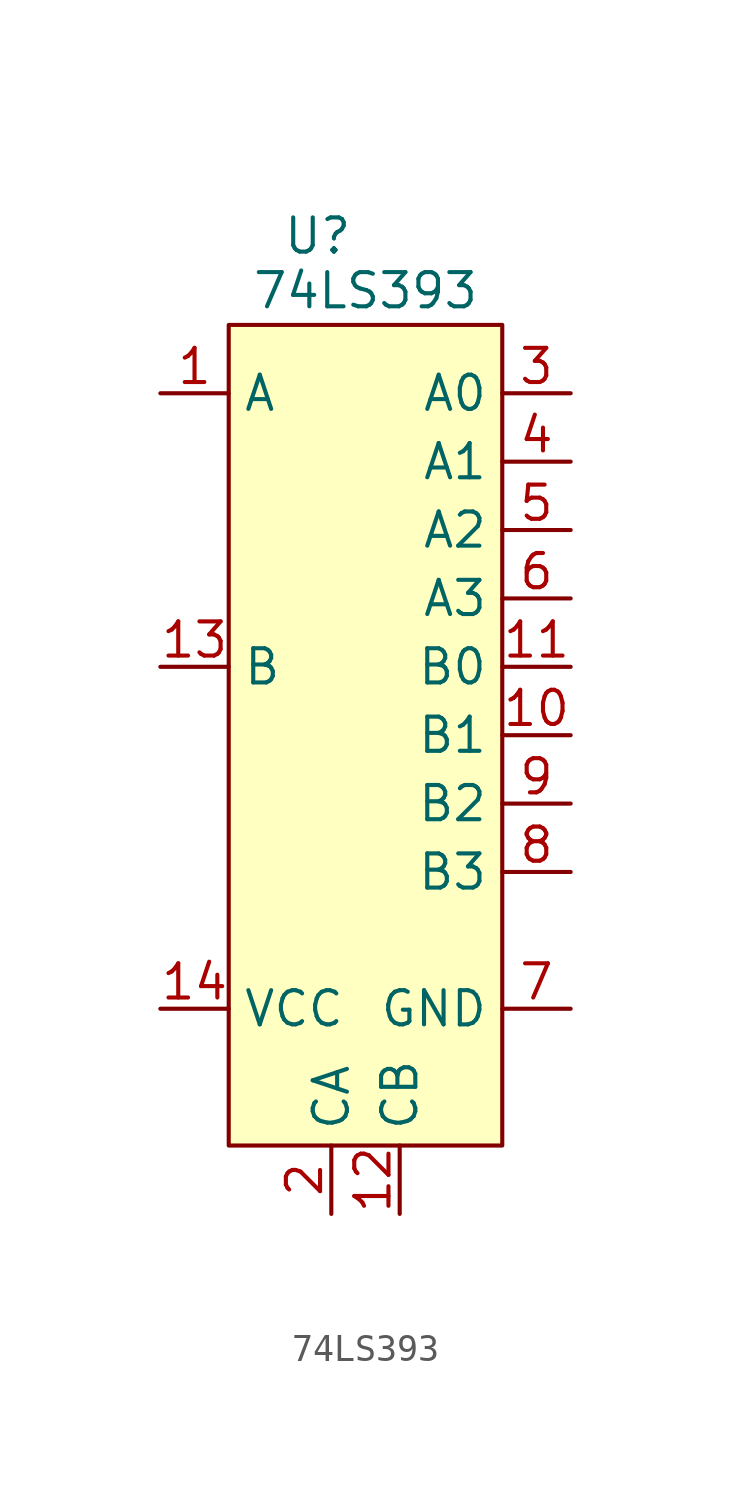
<source format=kicad_sym>
(kicad_symbol_lib
  (version 20241209)
  (generator "kicad_symbol_editor")
  (generator_version "9.0")
  (symbol "74LS393"
    (property "Reference" "U"
      (at -1.778 2.032 0)
      (effects (font (size 1.27 1.27))))
    (property "Value" "74LS393"
      (at 0 0 0)
      (effects (font (size 1.27 1.27))))
    (symbol "74LS393_1_1"
      (rectangle (start -5.08 -1.27) (end 5.08 -31.75) (stroke (width 0) (type solid)) (fill (type background)))
      (pin input line (at -7.62 -3.81 0) (length 2.54) (name "A" (effects (font (size 1.27 1.27)))) (number "1" (effects (font (size 1.27 1.27)))))
      (pin input line (at -7.62 -13.97 0) (length 2.54) (name "B" (effects (font (size 1.27 1.27)))) (number "13" (effects (font (size 1.27 1.27)))))
      (pin power_in line (at -7.62 -26.67 0) (length 2.54) (name "VCC" (effects (font (size 1.27 1.27)))) (number "14" (effects (font (size 1.27 1.27)))))
      (pin input line (at -1.27 -34.29 90) (length 2.54) (name "CA" (effects (font (size 1.27 1.27)))) (number "2" (effects (font (size 1.27 1.27)))))
      (pin input line (at 1.27 -34.29 90) (length 2.54) (name "CB" (effects (font (size 1.27 1.27)))) (number "12" (effects (font (size 1.27 1.27)))))
      (pin output line (at 7.62 -3.81 180) (length 2.54) (name "A0" (effects (font (size 1.27 1.27)))) (number "3" (effects (font (size 1.27 1.27)))))
      (pin output line (at 7.62 -6.35 180) (length 2.54) (name "A1" (effects (font (size 1.27 1.27)))) (number "4" (effects (font (size 1.27 1.27)))))
      (pin output line (at 7.62 -8.89 180) (length 2.54) (name "A2" (effects (font (size 1.27 1.27)))) (number "5" (effects (font (size 1.27 1.27)))))
      (pin output line (at 7.62 -11.43 180) (length 2.54) (name "A3" (effects (font (size 1.27 1.27)))) (number "6" (effects (font (size 1.27 1.27)))))
      (pin output line (at 7.62 -13.97 180) (length 2.54) (name "B0" (effects (font (size 1.27 1.27)))) (number "11" (effects (font (size 1.27 1.27)))))
      (pin output line (at 7.62 -16.51 180) (length 2.54) (name "B1" (effects (font (size 1.27 1.27)))) (number "10" (effects (font (size 1.27 1.27)))))
      (pin output line (at 7.62 -19.05 180) (length 2.54) (name "B2" (effects (font (size 1.27 1.27)))) (number "9" (effects (font (size 1.27 1.27)))))
      (pin output line (at 7.62 -21.59 180) (length 2.54) (name "B3" (effects (font (size 1.27 1.27)))) (number "8" (effects (font (size 1.27 1.27)))))
      (pin power_in line (at 7.62 -26.67 180) (length 2.54) (name "GND" (effects (font (size 1.27 1.27)))) (number "7" (effects (font (size 1.27 1.27))))))))
</source>
